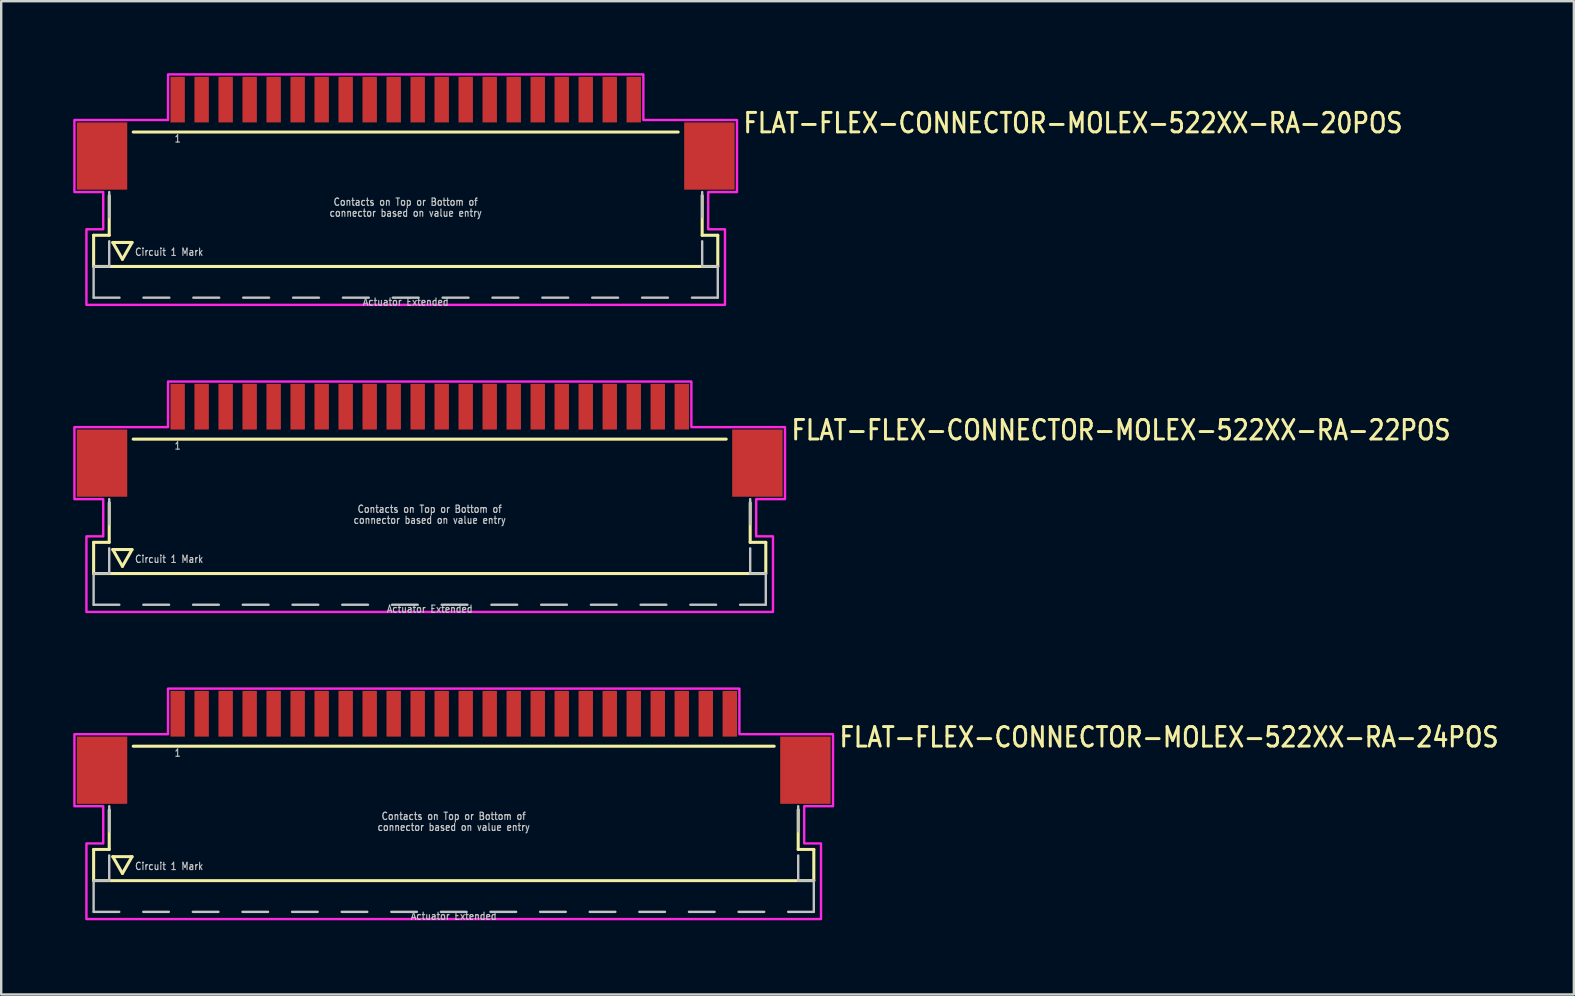
<source format=kicad_pcb>
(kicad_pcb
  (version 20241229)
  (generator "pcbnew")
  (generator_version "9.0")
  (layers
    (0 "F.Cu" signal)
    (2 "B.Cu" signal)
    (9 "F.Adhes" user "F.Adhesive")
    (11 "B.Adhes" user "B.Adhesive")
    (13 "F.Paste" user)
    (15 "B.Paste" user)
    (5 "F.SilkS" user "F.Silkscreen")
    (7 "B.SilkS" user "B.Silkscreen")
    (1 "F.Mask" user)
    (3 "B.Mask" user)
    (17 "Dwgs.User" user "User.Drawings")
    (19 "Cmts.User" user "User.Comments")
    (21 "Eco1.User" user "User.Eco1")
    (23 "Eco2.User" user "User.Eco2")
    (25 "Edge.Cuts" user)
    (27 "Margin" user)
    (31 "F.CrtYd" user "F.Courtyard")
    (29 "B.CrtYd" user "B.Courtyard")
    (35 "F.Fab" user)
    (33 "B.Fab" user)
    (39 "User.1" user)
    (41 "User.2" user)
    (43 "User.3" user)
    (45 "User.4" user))
  (footprint "FLAT-FLEX-CONNECTOR-MOLEX-522XX-RA-20POS"
    (layer "F.Cu")
    (at 13.85 2.05)
    (property "Reference" "FLAT-FLEX-CONNECTOR-MOLEX-522XX-RA-20POS" (at 14 0.5 0) (unlocked yes) (layer "F.SilkS") (effects (font (size 0.813 0.695) (thickness 0.122)) (justify left bottom)))
    (fp_line (start -13 4.7) (end -13 6) (stroke (width 0.127) (type solid)) (layer "F.SilkS"))
    (fp_line (start -13 6) (end 13 6) (stroke (width 0.127) (type solid)) (layer "F.SilkS"))
    (fp_line (start -12.35 3.05) (end -12.35 4.7) (stroke (width 0.127) (type solid)) (layer "F.SilkS"))
    (fp_line (start -12.35 4.7) (end -13 4.7) (stroke (width 0.127) (type solid)) (layer "F.SilkS"))
    (fp_line (start -12.2 5) (end -11.4 5) (stroke (width 0.127) (type solid)) (layer "F.SilkS"))
    (fp_line (start -11.8 5.7) (end -12.2 5) (stroke (width 0.127) (type solid)) (layer "F.SilkS"))
    (fp_line (start -11.4 5) (end -11.8 5.7) (stroke (width 0.127) (type solid)) (layer "F.SilkS"))
    (fp_line (start -11.35 0.4) (end 11.35 0.4) (stroke (width 0.127) (type solid)) (layer "F.SilkS"))
    (fp_line (start 12.35 3.05) (end 12.35 4.7) (stroke (width 0.127) (type solid)) (layer "F.SilkS"))
    (fp_line (start 13 4.7) (end 12.35 4.7) (stroke (width 0.127) (type solid)) (layer "F.SilkS"))
    (fp_line (start 13 6) (end 13 4.7) (stroke (width 0.127) (type solid)) (layer "F.SilkS"))
    (fp_line (start -13 6) (end -13 7.3) (stroke (width 0.1) (type solid)) (layer "Dwgs.User"))
    (fp_line (start -13 7.3) (end -11.923 7.3) (stroke (width 0.1) (type solid)) (layer "Dwgs.User"))
    (fp_line (start -12.35 2.9) (end -12.35 3.95) (stroke (width 0.1) (type solid)) (layer "Dwgs.User"))
    (fp_line (start -12.35 4.95) (end -12.35 6) (stroke (width 0.1) (type solid)) (layer "Dwgs.User"))
    (fp_line (start -12.35 6) (end -13 6) (stroke (width 0.1) (type solid)) (layer "Dwgs.User"))
    (fp_line (start -10.923 7.3) (end -9.846 7.3) (stroke (width 0.1) (type solid)) (layer "Dwgs.User"))
    (fp_line (start -8.846 7.3) (end -7.769 7.3) (stroke (width 0.1) (type solid)) (layer "Dwgs.User"))
    (fp_line (start -6.769 7.3) (end -5.692 7.3) (stroke (width 0.1) (type solid)) (layer "Dwgs.User"))
    (fp_line (start -4.692 7.3) (end -3.615 7.3) (stroke (width 0.1) (type solid)) (layer "Dwgs.User"))
    (fp_line (start -2.615 7.3) (end -1.538 7.3) (stroke (width 0.1) (type solid)) (layer "Dwgs.User"))
    (fp_line (start -0.538 7.3) (end 0.538 7.3) (stroke (width 0.1) (type solid)) (layer "Dwgs.User"))
    (fp_line (start 1.538 7.3) (end 2.615 7.3) (stroke (width 0.1) (type solid)) (layer "Dwgs.User"))
    (fp_line (start 3.615 7.3) (end 4.692 7.3) (stroke (width 0.1) (type solid)) (layer "Dwgs.User"))
    (fp_line (start 5.692 7.3) (end 6.769 7.3) (stroke (width 0.1) (type solid)) (layer "Dwgs.User"))
    (fp_line (start 7.769 7.3) (end 8.846 7.3) (stroke (width 0.1) (type solid)) (layer "Dwgs.User"))
    (fp_line (start 9.846 7.3) (end 10.923 7.3) (stroke (width 0.1) (type solid)) (layer "Dwgs.User"))
    (fp_line (start 11.923 7.3) (end 13 7.3) (stroke (width 0.1) (type solid)) (layer "Dwgs.User"))
    (fp_line (start 12.35 2.9) (end 12.35 3.95) (stroke (width 0.1) (type solid)) (layer "Dwgs.User"))
    (fp_line (start 12.35 4.95) (end 12.35 6) (stroke (width 0.1) (type solid)) (layer "Dwgs.User"))
    (fp_line (start 13 6) (end 12.35 6) (stroke (width 0.1) (type solid)) (layer "Dwgs.User"))
    (fp_line (start 13 7.3) (end 13 6) (stroke (width 0.1) (type solid)) (layer "Dwgs.User"))
    (fp_poly (pts (xy -13.8 2.9) (xy -13.8 -0.1) (xy -9.9 -0.1) (xy -9.9 -2) (xy 9.9 -2) (xy 9.9 -0.1) (xy 13.8 -0.1) (xy 13.8 2.9) (xy 12.6 2.9) (xy 12.6 4.45) (xy 13.3 4.45) (xy 13.3 7.6) (xy -13.3 7.6) (xy -13.3 4.45) (xy -12.6 4.45) (xy -12.6 2.9)) (stroke (width 0.1) (type solid)) (fill no) (layer "F.CrtYd"))
    (fp_text user "Contacts on Top or Bottom of" (at 0 3.493 0) (unlocked yes) (layer "Dwgs.User") (effects (font (size 0.305 0.261) (thickness 0.046)) (justify bottom)))
    (fp_text user "Circuit 1 Mark" (at -11.3 5.4 0) (unlocked yes) (layer "Dwgs.User") (effects (font (size 0.305 0.261) (thickness 0.046)) (justify left)))
    (fp_text user "1" (at -9.5 0.5 0) (unlocked yes) (layer "Dwgs.User") (effects (font (size 0.305 0.261) (thickness 0.046)) (justify top)))
    (fp_text user "Actuator Extended" (at 0 7.3 0) (unlocked yes) (layer "Dwgs.User") (effects (font (size 0.305 0.261) (thickness 0.046)) (justify top)))
    (fp_text user "connector based on value entry" (at 0 3.95 0) (unlocked yes) (layer "Dwgs.User") (effects (font (size 0.305 0.261) (thickness 0.046)) (justify bottom)))
    (pad "M1" smd rect (at -12.65 1.4) (size 2.1 2.8) (layers "F.Cu" "F.Mask" "F.Paste"))
    (pad "M2" smd rect (at 12.65 1.4) (size 2.1 2.8) (layers "F.Cu" "F.Mask" "F.Paste"))
    (pad "P$1" smd rect (at -9.5 -0.95) (size 0.6 1.9) (layers "F.Cu" "F.Mask" "F.Paste"))
    (pad "P$2" smd rect (at -8.5 -0.95) (size 0.6 1.9) (layers "F.Cu" "F.Mask" "F.Paste"))
    (pad "P$3" smd rect (at -7.5 -0.95) (size 0.6 1.9) (layers "F.Cu" "F.Mask" "F.Paste"))
    (pad "P$4" smd rect (at -6.5 -0.95) (size 0.6 1.9) (layers "F.Cu" "F.Mask" "F.Paste"))
    (pad "P$5" smd rect (at -5.5 -0.95) (size 0.6 1.9) (layers "F.Cu" "F.Mask" "F.Paste"))
    (pad "P$6" smd rect (at -4.5 -0.95) (size 0.6 1.9) (layers "F.Cu" "F.Mask" "F.Paste"))
    (pad "P$7" smd rect (at -3.5 -0.95) (size 0.6 1.9) (layers "F.Cu" "F.Mask" "F.Paste"))
    (pad "P$8" smd rect (at -2.5 -0.95) (size 0.6 1.9) (layers "F.Cu" "F.Mask" "F.Paste"))
    (pad "P$9" smd rect (at -1.5 -0.95) (size 0.6 1.9) (layers "F.Cu" "F.Mask" "F.Paste"))
    (pad "P$10" smd rect (at -0.5 -0.95) (size 0.6 1.9) (layers "F.Cu" "F.Mask" "F.Paste"))
    (pad "P$11" smd rect (at 0.5 -0.95) (size 0.6 1.9) (layers "F.Cu" "F.Mask" "F.Paste"))
    (pad "P$12" smd rect (at 1.5 -0.95) (size 0.6 1.9) (layers "F.Cu" "F.Mask" "F.Paste"))
    (pad "P$13" smd rect (at 2.5 -0.95) (size 0.6 1.9) (layers "F.Cu" "F.Mask" "F.Paste"))
    (pad "P$14" smd rect (at 3.5 -0.95) (size 0.6 1.9) (layers "F.Cu" "F.Mask" "F.Paste"))
    (pad "P$15" smd rect (at 4.5 -0.95) (size 0.6 1.9) (layers "F.Cu" "F.Mask" "F.Paste"))
    (pad "P$16" smd rect (at 5.5 -0.95) (size 0.6 1.9) (layers "F.Cu" "F.Mask" "F.Paste"))
    (pad "P$17" smd rect (at 6.5 -0.95) (size 0.6 1.9) (layers "F.Cu" "F.Mask" "F.Paste"))
    (pad "P$18" smd rect (at 7.5 -0.95) (size 0.6 1.9) (layers "F.Cu" "F.Mask" "F.Paste"))
    (pad "P$19" smd rect (at 8.5 -0.95) (size 0.6 1.9) (layers "F.Cu" "F.Mask" "F.Paste"))
    (pad "P$20" smd rect (at 9.5 -0.95) (size 0.6 1.9) (layers "F.Cu" "F.Mask" "F.Paste")))
  (footprint "FLAT-FLEX-CONNECTOR-MOLEX-522XX-RA-24POS"
    (layer "F.Cu")
    (at 15.85 27.634)
    (property "Reference" "FLAT-FLEX-CONNECTOR-MOLEX-522XX-RA-24POS" (at 16 0.5 0) (unlocked yes) (layer "F.SilkS") (effects (font (size 0.813 0.695) (thickness 0.122)) (justify left bottom)))
    (fp_line (start -15 4.7) (end -15 6) (stroke (width 0.127) (type solid)) (layer "F.SilkS"))
    (fp_line (start -15 6) (end 15 6) (stroke (width 0.127) (type solid)) (layer "F.SilkS"))
    (fp_line (start -14.35 3.05) (end -14.35 4.7) (stroke (width 0.127) (type solid)) (layer "F.SilkS"))
    (fp_line (start -14.35 4.7) (end -15 4.7) (stroke (width 0.127) (type solid)) (layer "F.SilkS"))
    (fp_line (start -14.2 5) (end -13.4 5) (stroke (width 0.127) (type solid)) (layer "F.SilkS"))
    (fp_line (start -13.8 5.7) (end -14.2 5) (stroke (width 0.127) (type solid)) (layer "F.SilkS"))
    (fp_line (start -13.4 5) (end -13.8 5.7) (stroke (width 0.127) (type solid)) (layer "F.SilkS"))
    (fp_line (start -13.35 0.4) (end 13.35 0.4) (stroke (width 0.127) (type solid)) (layer "F.SilkS"))
    (fp_line (start 14.35 3.05) (end 14.35 4.7) (stroke (width 0.127) (type solid)) (layer "F.SilkS"))
    (fp_line (start 15 4.7) (end 14.35 4.7) (stroke (width 0.127) (type solid)) (layer "F.SilkS"))
    (fp_line (start 15 6) (end 15 4.7) (stroke (width 0.127) (type solid)) (layer "F.SilkS"))
    (fp_line (start -15 6) (end -15 7.3) (stroke (width 0.1) (type solid)) (layer "Dwgs.User"))
    (fp_line (start -15 7.3) (end -13.933 7.3) (stroke (width 0.1) (type solid)) (layer "Dwgs.User"))
    (fp_line (start -14.35 2.9) (end -14.35 3.95) (stroke (width 0.1) (type solid)) (layer "Dwgs.User"))
    (fp_line (start -14.35 4.95) (end -14.35 6) (stroke (width 0.1) (type solid)) (layer "Dwgs.User"))
    (fp_line (start -14.35 6) (end -15 6) (stroke (width 0.1) (type solid)) (layer "Dwgs.User"))
    (fp_line (start -12.933 7.3) (end -11.867 7.3) (stroke (width 0.1) (type solid)) (layer "Dwgs.User"))
    (fp_line (start -10.867 7.3) (end -9.8 7.3) (stroke (width 0.1) (type solid)) (layer "Dwgs.User"))
    (fp_line (start -8.8 7.3) (end -7.733 7.3) (stroke (width 0.1) (type solid)) (layer "Dwgs.User"))
    (fp_line (start -6.733 7.3) (end -5.667 7.3) (stroke (width 0.1) (type solid)) (layer "Dwgs.User"))
    (fp_line (start -4.667 7.3) (end -3.6 7.3) (stroke (width 0.1) (type solid)) (layer "Dwgs.User"))
    (fp_line (start -2.6 7.3) (end -1.533 7.3) (stroke (width 0.1) (type solid)) (layer "Dwgs.User"))
    (fp_line (start -0.533 7.3) (end 0.533 7.3) (stroke (width 0.1) (type solid)) (layer "Dwgs.User"))
    (fp_line (start 1.533 7.3) (end 2.6 7.3) (stroke (width 0.1) (type solid)) (layer "Dwgs.User"))
    (fp_line (start 3.6 7.3) (end 4.667 7.3) (stroke (width 0.1) (type solid)) (layer "Dwgs.User"))
    (fp_line (start 5.667 7.3) (end 6.733 7.3) (stroke (width 0.1) (type solid)) (layer "Dwgs.User"))
    (fp_line (start 7.733 7.3) (end 8.8 7.3) (stroke (width 0.1) (type solid)) (layer "Dwgs.User"))
    (fp_line (start 9.8 7.3) (end 10.867 7.3) (stroke (width 0.1) (type solid)) (layer "Dwgs.User"))
    (fp_line (start 11.867 7.3) (end 12.933 7.3) (stroke (width 0.1) (type solid)) (layer "Dwgs.User"))
    (fp_line (start 13.933 7.3) (end 15 7.3) (stroke (width 0.1) (type solid)) (layer "Dwgs.User"))
    (fp_line (start 14.35 2.9) (end 14.35 3.95) (stroke (width 0.1) (type solid)) (layer "Dwgs.User"))
    (fp_line (start 14.35 4.95) (end 14.35 6) (stroke (width 0.1) (type solid)) (layer "Dwgs.User"))
    (fp_line (start 15 6) (end 14.35 6) (stroke (width 0.1) (type solid)) (layer "Dwgs.User"))
    (fp_line (start 15 7.3) (end 15 6) (stroke (width 0.1) (type solid)) (layer "Dwgs.User"))
    (fp_poly (pts (xy -15.8 2.9) (xy -15.8 -0.1) (xy -11.9 -0.1) (xy -11.9 -2) (xy 11.9 -2) (xy 11.9 -0.1) (xy 15.8 -0.1) (xy 15.8 2.9) (xy 14.6 2.9) (xy 14.6 4.45) (xy 15.3 4.45) (xy 15.3 7.6) (xy -15.3 7.6) (xy -15.3 4.45) (xy -14.6 4.45) (xy -14.6 2.9)) (stroke (width 0.1) (type solid)) (fill no) (layer "F.CrtYd"))
    (fp_text user "connector based on value entry" (at 0 3.95 0) (unlocked yes) (layer "Dwgs.User") (effects (font (size 0.305 0.261) (thickness 0.046)) (justify bottom)))
    (fp_text user "Contacts on Top or Bottom of" (at 0 3.493 0) (unlocked yes) (layer "Dwgs.User") (effects (font (size 0.305 0.261) (thickness 0.046)) (justify bottom)))
    (fp_text user "Circuit 1 Mark" (at -13.3 5.4 0) (unlocked yes) (layer "Dwgs.User") (effects (font (size 0.305 0.261) (thickness 0.046)) (justify left)))
    (fp_text user "Actuator Extended" (at 0 7.3 0) (unlocked yes) (layer "Dwgs.User") (effects (font (size 0.305 0.261) (thickness 0.046)) (justify top)))
    (fp_text user "1" (at -11.5 0.5 0) (unlocked yes) (layer "Dwgs.User") (effects (font (size 0.305 0.261) (thickness 0.046)) (justify top)))
    (pad "M1" smd rect (at -14.65 1.4) (size 2.1 2.8) (layers "F.Cu" "F.Mask" "F.Paste"))
    (pad "M2" smd rect (at 14.65 1.4) (size 2.1 2.8) (layers "F.Cu" "F.Mask" "F.Paste"))
    (pad "P$1" smd rect (at -11.5 -0.95) (size 0.6 1.9) (layers "F.Cu" "F.Mask" "F.Paste"))
    (pad "P$2" smd rect (at -10.5 -0.95) (size 0.6 1.9) (layers "F.Cu" "F.Mask" "F.Paste"))
    (pad "P$3" smd rect (at -9.5 -0.95) (size 0.6 1.9) (layers "F.Cu" "F.Mask" "F.Paste"))
    (pad "P$4" smd rect (at -8.5 -0.95) (size 0.6 1.9) (layers "F.Cu" "F.Mask" "F.Paste"))
    (pad "P$5" smd rect (at -7.5 -0.95) (size 0.6 1.9) (layers "F.Cu" "F.Mask" "F.Paste"))
    (pad "P$6" smd rect (at -6.5 -0.95) (size 0.6 1.9) (layers "F.Cu" "F.Mask" "F.Paste"))
    (pad "P$7" smd rect (at -5.5 -0.95) (size 0.6 1.9) (layers "F.Cu" "F.Mask" "F.Paste"))
    (pad "P$8" smd rect (at -4.5 -0.95) (size 0.6 1.9) (layers "F.Cu" "F.Mask" "F.Paste"))
    (pad "P$9" smd rect (at -3.5 -0.95) (size 0.6 1.9) (layers "F.Cu" "F.Mask" "F.Paste"))
    (pad "P$10" smd rect (at -2.5 -0.95) (size 0.6 1.9) (layers "F.Cu" "F.Mask" "F.Paste"))
    (pad "P$11" smd rect (at -1.5 -0.95) (size 0.6 1.9) (layers "F.Cu" "F.Mask" "F.Paste"))
    (pad "P$12" smd rect (at -0.5 -0.95) (size 0.6 1.9) (layers "F.Cu" "F.Mask" "F.Paste"))
    (pad "P$13" smd rect (at 0.5 -0.95) (size 0.6 1.9) (layers "F.Cu" "F.Mask" "F.Paste"))
    (pad "P$14" smd rect (at 1.5 -0.95) (size 0.6 1.9) (layers "F.Cu" "F.Mask" "F.Paste"))
    (pad "P$15" smd rect (at 2.5 -0.95) (size 0.6 1.9) (layers "F.Cu" "F.Mask" "F.Paste"))
    (pad "P$16" smd rect (at 3.5 -0.95) (size 0.6 1.9) (layers "F.Cu" "F.Mask" "F.Paste"))
    (pad "P$17" smd rect (at 4.5 -0.95) (size 0.6 1.9) (layers "F.Cu" "F.Mask" "F.Paste"))
    (pad "P$18" smd rect (at 5.5 -0.95) (size 0.6 1.9) (layers "F.Cu" "F.Mask" "F.Paste"))
    (pad "P$19" smd rect (at 6.5 -0.95) (size 0.6 1.9) (layers "F.Cu" "F.Mask" "F.Paste"))
    (pad "P$20" smd rect (at 7.5 -0.95) (size 0.6 1.9) (layers "F.Cu" "F.Mask" "F.Paste"))
    (pad "P$21" smd rect (at 8.5 -0.95) (size 0.6 1.9) (layers "F.Cu" "F.Mask" "F.Paste"))
    (pad "P$22" smd rect (at 9.5 -0.95) (size 0.6 1.9) (layers "F.Cu" "F.Mask" "F.Paste"))
    (pad "P$23" smd rect (at 10.5 -0.95) (size 0.6 1.9) (layers "F.Cu" "F.Mask" "F.Paste"))
    (pad "P$24" smd rect (at 11.5 -0.95) (size 0.6 1.9) (layers "F.Cu" "F.Mask" "F.Paste")))
  (footprint "FLAT-FLEX-CONNECTOR-MOLEX-522XX-RA-22POS"
    (layer "F.Cu")
    (at 14.85 14.842)
    (property "Reference" "FLAT-FLEX-CONNECTOR-MOLEX-522XX-RA-22POS" (at 15 0.5 0) (unlocked yes) (layer "F.SilkS") (effects (font (size 0.813 0.695) (thickness 0.122)) (justify left bottom)))
    (fp_line (start -14 4.7) (end -14 6) (stroke (width 0.127) (type solid)) (layer "F.SilkS"))
    (fp_line (start -14 6) (end 14 6) (stroke (width 0.127) (type solid)) (layer "F.SilkS"))
    (fp_line (start -13.35 3.05) (end -13.35 4.7) (stroke (width 0.127) (type solid)) (layer "F.SilkS"))
    (fp_line (start -13.35 4.7) (end -14 4.7) (stroke (width 0.127) (type solid)) (layer "F.SilkS"))
    (fp_line (start -13.2 5) (end -12.4 5) (stroke (width 0.127) (type solid)) (layer "F.SilkS"))
    (fp_line (start -12.8 5.7) (end -13.2 5) (stroke (width 0.127) (type solid)) (layer "F.SilkS"))
    (fp_line (start -12.4 5) (end -12.8 5.7) (stroke (width 0.127) (type solid)) (layer "F.SilkS"))
    (fp_line (start -12.35 0.4) (end 12.35 0.4) (stroke (width 0.127) (type solid)) (layer "F.SilkS"))
    (fp_line (start 13.35 3.05) (end 13.35 4.7) (stroke (width 0.127) (type solid)) (layer "F.SilkS"))
    (fp_line (start 14 4.7) (end 13.35 4.7) (stroke (width 0.127) (type solid)) (layer "F.SilkS"))
    (fp_line (start 14 6) (end 14 4.7) (stroke (width 0.127) (type solid)) (layer "F.SilkS"))
    (fp_line (start -14 6) (end -14 7.3) (stroke (width 0.1) (type solid)) (layer "Dwgs.User"))
    (fp_line (start -14 7.3) (end -12.929 7.3) (stroke (width 0.1) (type solid)) (layer "Dwgs.User"))
    (fp_line (start -13.35 2.9) (end -13.35 3.95) (stroke (width 0.1) (type solid)) (layer "Dwgs.User"))
    (fp_line (start -13.35 4.95) (end -13.35 6) (stroke (width 0.1) (type solid)) (layer "Dwgs.User"))
    (fp_line (start -13.35 6) (end -14 6) (stroke (width 0.1) (type solid)) (layer "Dwgs.User"))
    (fp_line (start -11.929 7.3) (end -10.857 7.3) (stroke (width 0.1) (type solid)) (layer "Dwgs.User"))
    (fp_line (start -9.857 7.3) (end -8.786 7.3) (stroke (width 0.1) (type solid)) (layer "Dwgs.User"))
    (fp_line (start -7.786 7.3) (end -6.714 7.3) (stroke (width 0.1) (type solid)) (layer "Dwgs.User"))
    (fp_line (start -5.714 7.3) (end -4.643 7.3) (stroke (width 0.1) (type solid)) (layer "Dwgs.User"))
    (fp_line (start -3.643 7.3) (end -2.571 7.3) (stroke (width 0.1) (type solid)) (layer "Dwgs.User"))
    (fp_line (start -1.571 7.3) (end -0.5 7.3) (stroke (width 0.1) (type solid)) (layer "Dwgs.User"))
    (fp_line (start 0.5 7.3) (end 1.571 7.3) (stroke (width 0.1) (type solid)) (layer "Dwgs.User"))
    (fp_line (start 2.571 7.3) (end 3.643 7.3) (stroke (width 0.1) (type solid)) (layer "Dwgs.User"))
    (fp_line (start 4.643 7.3) (end 5.714 7.3) (stroke (width 0.1) (type solid)) (layer "Dwgs.User"))
    (fp_line (start 6.714 7.3) (end 7.786 7.3) (stroke (width 0.1) (type solid)) (layer "Dwgs.User"))
    (fp_line (start 8.786 7.3) (end 9.857 7.3) (stroke (width 0.1) (type solid)) (layer "Dwgs.User"))
    (fp_line (start 10.857 7.3) (end 11.929 7.3) (stroke (width 0.1) (type solid)) (layer "Dwgs.User"))
    (fp_line (start 12.929 7.3) (end 14 7.3) (stroke (width 0.1) (type solid)) (layer "Dwgs.User"))
    (fp_line (start 13.35 2.9) (end 13.35 3.95) (stroke (width 0.1) (type solid)) (layer "Dwgs.User"))
    (fp_line (start 13.35 4.95) (end 13.35 6) (stroke (width 0.1) (type solid)) (layer "Dwgs.User"))
    (fp_line (start 14 6) (end 13.35 6) (stroke (width 0.1) (type solid)) (layer "Dwgs.User"))
    (fp_line (start 14 7.3) (end 14 6) (stroke (width 0.1) (type solid)) (layer "Dwgs.User"))
    (fp_poly (pts (xy -14.8 2.9) (xy -14.8 -0.1) (xy -10.9 -0.1) (xy -10.9 -2) (xy 10.9 -2) (xy 10.9 -0.1) (xy 14.8 -0.1) (xy 14.8 2.9) (xy 13.6 2.9) (xy 13.6 4.45) (xy 14.3 4.45) (xy 14.3 7.6) (xy -14.3 7.6) (xy -14.3 4.45) (xy -13.6 4.45) (xy -13.6 2.9)) (stroke (width 0.1) (type solid)) (fill no) (layer "F.CrtYd"))
    (fp_text user "Actuator Extended" (at 0 7.3 0) (unlocked yes) (layer "Dwgs.User") (effects (font (size 0.305 0.261) (thickness 0.046)) (justify top)))
    (fp_text user "1" (at -10.5 0.5 0) (unlocked yes) (layer "Dwgs.User") (effects (font (size 0.305 0.261) (thickness 0.046)) (justify top)))
    (fp_text user "Contacts on Top or Bottom of" (at 0 3.493 0) (unlocked yes) (layer "Dwgs.User") (effects (font (size 0.305 0.261) (thickness 0.046)) (justify bottom)))
    (fp_text user "Circuit 1 Mark" (at -12.3 5.4 0) (unlocked yes) (layer "Dwgs.User") (effects (font (size 0.305 0.261) (thickness 0.046)) (justify left)))
    (fp_text user "connector based on value entry" (at 0 3.95 0) (unlocked yes) (layer "Dwgs.User") (effects (font (size 0.305 0.261) (thickness 0.046)) (justify bottom)))
    (pad "M1" smd rect (at -13.65 1.4) (size 2.1 2.8) (layers "F.Cu" "F.Mask" "F.Paste"))
    (pad "M2" smd rect (at 13.65 1.4) (size 2.1 2.8) (layers "F.Cu" "F.Mask" "F.Paste"))
    (pad "P$1" smd rect (at -10.5 -0.95) (size 0.6 1.9) (layers "F.Cu" "F.Mask" "F.Paste"))
    (pad "P$2" smd rect (at -9.5 -0.95) (size 0.6 1.9) (layers "F.Cu" "F.Mask" "F.Paste"))
    (pad "P$3" smd rect (at -8.5 -0.95) (size 0.6 1.9) (layers "F.Cu" "F.Mask" "F.Paste"))
    (pad "P$4" smd rect (at -7.5 -0.95) (size 0.6 1.9) (layers "F.Cu" "F.Mask" "F.Paste"))
    (pad "P$5" smd rect (at -6.5 -0.95) (size 0.6 1.9) (layers "F.Cu" "F.Mask" "F.Paste"))
    (pad "P$6" smd rect (at -5.5 -0.95) (size 0.6 1.9) (layers "F.Cu" "F.Mask" "F.Paste"))
    (pad "P$7" smd rect (at -4.5 -0.95) (size 0.6 1.9) (layers "F.Cu" "F.Mask" "F.Paste"))
    (pad "P$8" smd rect (at -3.5 -0.95) (size 0.6 1.9) (layers "F.Cu" "F.Mask" "F.Paste"))
    (pad "P$9" smd rect (at -2.5 -0.95) (size 0.6 1.9) (layers "F.Cu" "F.Mask" "F.Paste"))
    (pad "P$10" smd rect (at -1.5 -0.95) (size 0.6 1.9) (layers "F.Cu" "F.Mask" "F.Paste"))
    (pad "P$11" smd rect (at -0.5 -0.95) (size 0.6 1.9) (layers "F.Cu" "F.Mask" "F.Paste"))
    (pad "P$12" smd rect (at 0.5 -0.95) (size 0.6 1.9) (layers "F.Cu" "F.Mask" "F.Paste"))
    (pad "P$13" smd rect (at 1.5 -0.95) (size 0.6 1.9) (layers "F.Cu" "F.Mask" "F.Paste"))
    (pad "P$14" smd rect (at 2.5 -0.95) (size 0.6 1.9) (layers "F.Cu" "F.Mask" "F.Paste"))
    (pad "P$15" smd rect (at 3.5 -0.95) (size 0.6 1.9) (layers "F.Cu" "F.Mask" "F.Paste"))
    (pad "P$16" smd rect (at 4.5 -0.95) (size 0.6 1.9) (layers "F.Cu" "F.Mask" "F.Paste"))
    (pad "P$17" smd rect (at 5.5 -0.95) (size 0.6 1.9) (layers "F.Cu" "F.Mask" "F.Paste"))
    (pad "P$18" smd rect (at 6.5 -0.95) (size 0.6 1.9) (layers "F.Cu" "F.Mask" "F.Paste"))
    (pad "P$19" smd rect (at 7.5 -0.95) (size 0.6 1.9) (layers "F.Cu" "F.Mask" "F.Paste"))
    (pad "P$20" smd rect (at 8.5 -0.95) (size 0.6 1.9) (layers "F.Cu" "F.Mask" "F.Paste"))
    (pad "P$21" smd rect (at 9.5 -0.95) (size 0.6 1.9) (layers "F.Cu" "F.Mask" "F.Paste"))
    (pad "P$22" smd rect (at 10.5 -0.95) (size 0.6 1.9) (layers "F.Cu" "F.Mask" "F.Paste")))
  (gr_rect
    (start -3 -3)
    (end 62.511 38.376)
    (stroke (width 0.1) (type default))
    (fill no)
    (layer "Edge.Cuts")))
</source>
